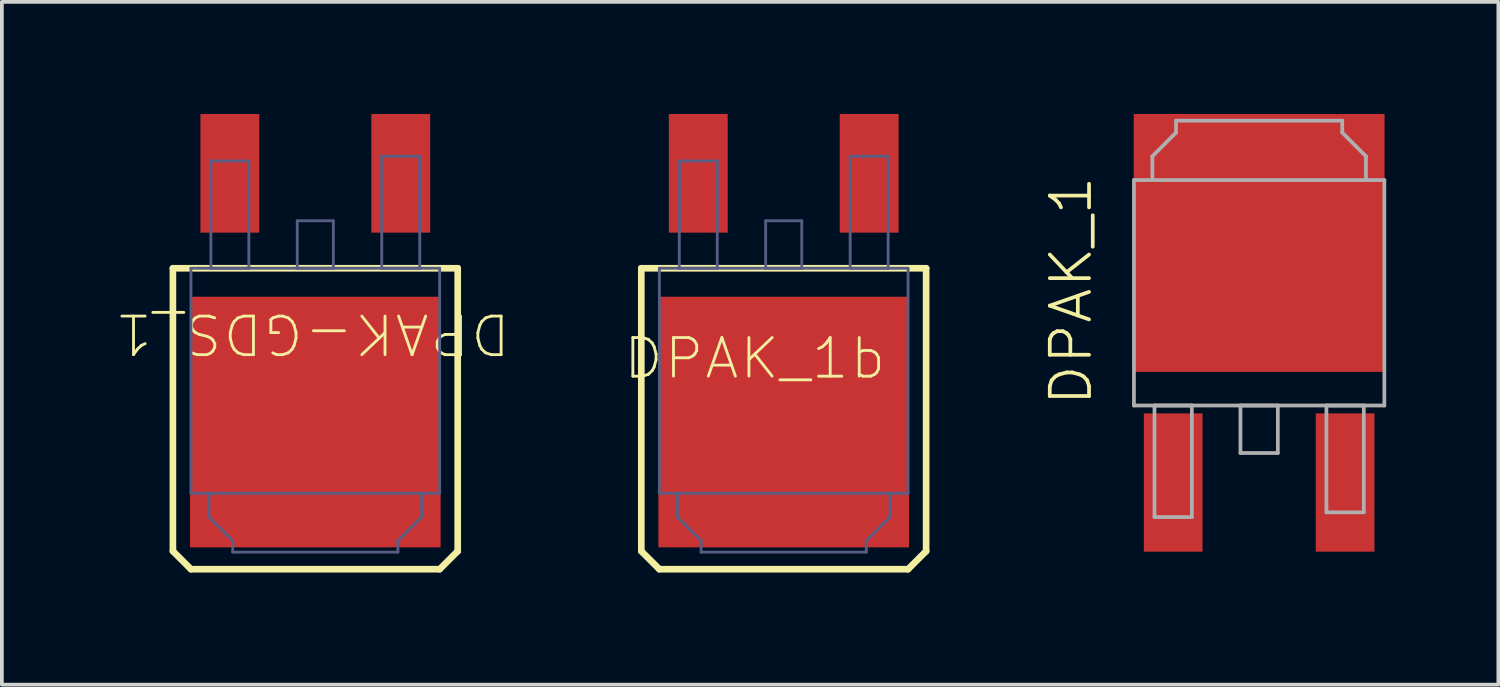
<source format=kicad_pcb>
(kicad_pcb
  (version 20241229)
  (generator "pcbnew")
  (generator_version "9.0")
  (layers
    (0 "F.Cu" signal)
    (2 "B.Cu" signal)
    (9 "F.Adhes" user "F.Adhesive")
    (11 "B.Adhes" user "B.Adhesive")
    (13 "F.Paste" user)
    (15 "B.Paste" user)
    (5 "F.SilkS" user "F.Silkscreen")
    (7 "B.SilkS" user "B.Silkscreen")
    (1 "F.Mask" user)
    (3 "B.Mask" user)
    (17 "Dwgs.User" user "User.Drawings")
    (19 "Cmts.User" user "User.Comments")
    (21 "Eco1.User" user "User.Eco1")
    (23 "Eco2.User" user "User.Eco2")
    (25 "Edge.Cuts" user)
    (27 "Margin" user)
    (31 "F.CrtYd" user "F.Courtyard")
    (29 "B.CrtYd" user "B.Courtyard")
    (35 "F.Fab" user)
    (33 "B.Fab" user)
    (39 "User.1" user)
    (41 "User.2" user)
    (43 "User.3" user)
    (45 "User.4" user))
  (footprint "DPAK-GDS_1"
    (layer "F.Cu")
    (at 5.386 6.464)
    (property "Reference" "DPAK-GDS_1" (at -0.076 -0.584 180) (unlocked yes) (layer "F.SilkS") (effects (font (size 1.033 1.087) (thickness 0.076))))
    (attr smd)
    (fp_line (start -3.81 -2.337) (end -3.81 5.232) (stroke (width 0.178) (type solid)) (layer "F.SilkS"))
    (fp_line (start -3.327 5.715) (end -3.81 5.232) (stroke (width 0.178) (type solid)) (layer "F.SilkS"))
    (fp_line (start 3.327 5.715) (end -3.327 5.715) (stroke (width 0.178) (type solid)) (layer "F.SilkS"))
    (fp_line (start 3.81 -2.337) (end -3.81 -2.337) (stroke (width 0.178) (type solid)) (layer "F.SilkS"))
    (fp_line (start 3.81 -2.337) (end 3.81 5.232) (stroke (width 0.178) (type solid)) (layer "F.SilkS"))
    (fp_line (start 3.81 5.232) (end 3.327 5.715) (stroke (width 0.178) (type solid)) (layer "F.SilkS"))
    (fp_line (start -3.327 -2.337) (end -3.327 3.683) (stroke (width 0.076) (type solid)) (layer "B.Fab"))
    (fp_line (start -2.845 3.683) (end -2.845 4.318) (stroke (width 0.076) (type solid)) (layer "B.Fab"))
    (fp_line (start -2.794 -5.207) (end -2.794 -2.337) (stroke (width 0.076) (type solid)) (layer "B.Fab"))
    (fp_line (start -2.21 4.953) (end -2.845 4.318) (stroke (width 0.076) (type solid)) (layer "B.Fab"))
    (fp_line (start -2.21 4.953) (end -2.21 5.258) (stroke (width 0.076) (type solid)) (layer "B.Fab"))
    (fp_line (start -1.778 -5.207) (end -2.794 -5.207) (stroke (width 0.076) (type solid)) (layer "B.Fab"))
    (fp_line (start -1.778 -5.207) (end -1.778 -2.337) (stroke (width 0.076) (type solid)) (layer "B.Fab"))
    (fp_line (start -1.778 -2.337) (end -2.794 -2.337) (stroke (width 0.076) (type solid)) (layer "B.Fab"))
    (fp_line (start -0.483 -3.607) (end -0.483 -2.337) (stroke (width 0.076) (type solid)) (layer "B.Fab"))
    (fp_line (start 0.483 -3.607) (end -0.483 -3.607) (stroke (width 0.076) (type solid)) (layer "B.Fab"))
    (fp_line (start 0.483 -3.607) (end 0.483 -2.337) (stroke (width 0.076) (type solid)) (layer "B.Fab"))
    (fp_line (start 0.483 -2.337) (end -0.483 -2.337) (stroke (width 0.076) (type solid)) (layer "B.Fab"))
    (fp_line (start 1.778 -5.334) (end 1.778 -2.337) (stroke (width 0.076) (type solid)) (layer "B.Fab"))
    (fp_line (start 2.21 4.953) (end 2.21 5.258) (stroke (width 0.076) (type solid)) (layer "B.Fab"))
    (fp_line (start 2.21 5.258) (end -2.21 5.258) (stroke (width 0.076) (type solid)) (layer "B.Fab"))
    (fp_line (start 2.794 -5.334) (end 1.778 -5.334) (stroke (width 0.076) (type solid)) (layer "B.Fab"))
    (fp_line (start 2.794 -5.334) (end 2.794 -2.337) (stroke (width 0.076) (type solid)) (layer "B.Fab"))
    (fp_line (start 2.794 -2.337) (end 1.778 -2.337) (stroke (width 0.076) (type solid)) (layer "B.Fab"))
    (fp_line (start 2.845 3.683) (end 2.845 4.318) (stroke (width 0.076) (type solid)) (layer "B.Fab"))
    (fp_line (start 2.845 4.318) (end 2.21 4.953) (stroke (width 0.076) (type solid)) (layer "B.Fab"))
    (fp_line (start 3.327 -2.337) (end -3.327 -2.337) (stroke (width 0.076) (type solid)) (layer "B.Fab"))
    (fp_line (start 3.327 -2.337) (end 3.327 3.683) (stroke (width 0.076) (type solid)) (layer "B.Fab"))
    (fp_line (start 3.327 3.683) (end -3.327 3.683) (stroke (width 0.076) (type solid)) (layer "B.Fab"))
    (pad "D" smd rect (at 0 1.778) (size 6.706 6.706) (layers "F.Cu" "F.Mask" "F.Paste"))
    (pad "G" smd rect (at 2.286 -4.877) (size 1.575 3.175) (layers "F.Cu" "F.Mask" "F.Paste"))
    (pad "S" smd rect (at -2.286 -4.877) (size 1.575 3.175) (layers "F.Cu" "F.Mask" "F.Paste")))
  (footprint "DPAK_1b"
    (layer "F.Cu")
    (at 17.918 6.464)
    (property "Reference" "DPAK_1b" (at -0.775 0.076 0) (unlocked yes) (layer "F.SilkS") (effects (font (size 1.033 1.087) (thickness 0.076))))
    (attr smd)
    (fp_line (start -3.81 -2.337) (end -3.81 5.232) (stroke (width 0.178) (type solid)) (layer "F.SilkS"))
    (fp_line (start -3.327 5.715) (end -3.81 5.232) (stroke (width 0.178) (type solid)) (layer "F.SilkS"))
    (fp_line (start 3.327 5.715) (end -3.327 5.715) (stroke (width 0.178) (type solid)) (layer "F.SilkS"))
    (fp_line (start 3.81 -2.337) (end -3.81 -2.337) (stroke (width 0.178) (type solid)) (layer "F.SilkS"))
    (fp_line (start 3.81 -2.337) (end 3.81 5.232) (stroke (width 0.178) (type solid)) (layer "F.SilkS"))
    (fp_line (start 3.81 5.232) (end 3.327 5.715) (stroke (width 0.178) (type solid)) (layer "F.SilkS"))
    (fp_line (start -3.327 -2.337) (end -3.327 3.683) (stroke (width 0.076) (type solid)) (layer "B.Fab"))
    (fp_line (start -2.845 3.683) (end -2.845 4.318) (stroke (width 0.076) (type solid)) (layer "B.Fab"))
    (fp_line (start -2.794 -5.207) (end -2.794 -2.337) (stroke (width 0.076) (type solid)) (layer "B.Fab"))
    (fp_line (start -2.21 4.953) (end -2.845 4.318) (stroke (width 0.076) (type solid)) (layer "B.Fab"))
    (fp_line (start -2.21 4.953) (end -2.21 5.258) (stroke (width 0.076) (type solid)) (layer "B.Fab"))
    (fp_line (start -1.778 -5.207) (end -2.794 -5.207) (stroke (width 0.076) (type solid)) (layer "B.Fab"))
    (fp_line (start -1.778 -5.207) (end -1.778 -2.337) (stroke (width 0.076) (type solid)) (layer "B.Fab"))
    (fp_line (start -1.778 -2.337) (end -2.794 -2.337) (stroke (width 0.076) (type solid)) (layer "B.Fab"))
    (fp_line (start -0.483 -3.607) (end -0.483 -2.337) (stroke (width 0.076) (type solid)) (layer "B.Fab"))
    (fp_line (start 0.483 -3.607) (end -0.483 -3.607) (stroke (width 0.076) (type solid)) (layer "B.Fab"))
    (fp_line (start 0.483 -3.607) (end 0.483 -2.337) (stroke (width 0.076) (type solid)) (layer "B.Fab"))
    (fp_line (start 0.483 -2.337) (end -0.483 -2.337) (stroke (width 0.076) (type solid)) (layer "B.Fab"))
    (fp_line (start 1.778 -5.334) (end 1.778 -2.337) (stroke (width 0.076) (type solid)) (layer "B.Fab"))
    (fp_line (start 2.21 4.953) (end 2.21 5.258) (stroke (width 0.076) (type solid)) (layer "B.Fab"))
    (fp_line (start 2.21 5.258) (end -2.21 5.258) (stroke (width 0.076) (type solid)) (layer "B.Fab"))
    (fp_line (start 2.794 -5.334) (end 1.778 -5.334) (stroke (width 0.076) (type solid)) (layer "B.Fab"))
    (fp_line (start 2.794 -5.334) (end 2.794 -2.337) (stroke (width 0.076) (type solid)) (layer "B.Fab"))
    (fp_line (start 2.794 -2.337) (end 1.778 -2.337) (stroke (width 0.076) (type solid)) (layer "B.Fab"))
    (fp_line (start 2.845 3.683) (end 2.845 4.318) (stroke (width 0.076) (type solid)) (layer "B.Fab"))
    (fp_line (start 2.845 4.318) (end 2.21 4.953) (stroke (width 0.076) (type solid)) (layer "B.Fab"))
    (fp_line (start 3.327 -2.337) (end -3.327 -2.337) (stroke (width 0.076) (type solid)) (layer "B.Fab"))
    (fp_line (start 3.327 -2.337) (end 3.327 3.683) (stroke (width 0.076) (type solid)) (layer "B.Fab"))
    (fp_line (start 3.327 3.683) (end -3.327 3.683) (stroke (width 0.076) (type solid)) (layer "B.Fab"))
    (pad "1" smd rect (at 2.286 -4.877) (size 1.575 3.175) (layers "F.Cu" "F.Mask" "F.Paste"))
    (pad "2" smd rect (at 0 1.778) (size 6.706 6.706) (layers "F.Cu" "F.Mask" "F.Paste"))
    (pad "3" smd rect (at -2.286 -4.877) (size 1.575 3.175) (layers "F.Cu" "F.Mask" "F.Paste")))
  (footprint "DPAK_1"
    (layer "F.Cu")
    (at 30.638 5.45)
    (property "Reference" "DPAK_1" (at -5.032 -0.717 90) (unlocked yes) (layer "F.SilkS") (effects (font (size 1.05 1.104) (thickness 0.1))))
    (attr smd)
    (fp_line (start -3.35 -3.683) (end 3.35 -3.683) (stroke (width 0.1) (type solid)) (layer "F.Fab"))
    (fp_line (start -3.35 2.349) (end -3.35 -3.683) (stroke (width 0.1) (type solid)) (layer "F.Fab"))
    (fp_line (start -3.35 2.349) (end 3.35 2.349) (stroke (width 0.1) (type solid)) (layer "F.Fab"))
    (fp_line (start -2.857 -4.318) (end -2.223 -4.953) (stroke (width 0.1) (type solid)) (layer "F.Fab"))
    (fp_line (start -2.857 -3.683) (end -2.857 -4.318) (stroke (width 0.1) (type solid)) (layer "F.Fab"))
    (fp_line (start -2.8 2.349) (end -1.8 2.349) (stroke (width 0.1) (type solid)) (layer "F.Fab"))
    (fp_line (start -2.8 5.334) (end -2.8 2.349) (stroke (width 0.1) (type solid)) (layer "F.Fab"))
    (fp_line (start -2.8 5.334) (end -1.8 5.334) (stroke (width 0.1) (type solid)) (layer "F.Fab"))
    (fp_line (start -2.223 -5.271) (end 2.223 -5.271) (stroke (width 0.1) (type solid)) (layer "F.Fab"))
    (fp_line (start -2.223 -4.953) (end -2.223 -5.271) (stroke (width 0.1) (type solid)) (layer "F.Fab"))
    (fp_line (start -1.8 5.334) (end -1.8 2.349) (stroke (width 0.1) (type solid)) (layer "F.Fab"))
    (fp_line (start -0.5 2.349) (end 0.5 2.349) (stroke (width 0.1) (type solid)) (layer "F.Fab"))
    (fp_line (start -0.5 3.619) (end -0.5 2.349) (stroke (width 0.1) (type solid)) (layer "F.Fab"))
    (fp_line (start -0.5 3.619) (end 0.5 3.619) (stroke (width 0.1) (type solid)) (layer "F.Fab"))
    (fp_line (start 0.5 3.619) (end 0.5 2.349) (stroke (width 0.1) (type solid)) (layer "F.Fab"))
    (fp_line (start 1.8 2.349) (end 2.8 2.349) (stroke (width 0.1) (type solid)) (layer "F.Fab"))
    (fp_line (start 1.8 5.207) (end 1.8 2.349) (stroke (width 0.1) (type solid)) (layer "F.Fab"))
    (fp_line (start 1.8 5.207) (end 2.8 5.207) (stroke (width 0.1) (type solid)) (layer "F.Fab"))
    (fp_line (start 2.223 -4.953) (end 2.223 -5.271) (stroke (width 0.1) (type solid)) (layer "F.Fab"))
    (fp_line (start 2.223 -4.953) (end 2.857 -4.318) (stroke (width 0.1) (type solid)) (layer "F.Fab"))
    (fp_line (start 2.8 5.207) (end 2.8 2.349) (stroke (width 0.1) (type solid)) (layer "F.Fab"))
    (fp_line (start 2.857 -3.683) (end 2.857 -4.318) (stroke (width 0.1) (type solid)) (layer "F.Fab"))
    (fp_line (start 3.35 2.349) (end 3.35 -3.683) (stroke (width 0.1) (type solid)) (layer "F.Fab"))
    (pad "1" smd rect (at -2.3 4.41) (size 1.57 3.7) (layers "F.Cu" "F.Mask" "F.Paste"))
    (pad "2" smd rect (at 0 -2) (size 6.71 6.9) (layers "F.Cu" "F.Mask" "F.Paste"))
    (pad "3" smd rect (at 2.3 4.41) (size 1.57 3.7) (layers "F.Cu" "F.Mask" "F.Paste")))
  (gr_rect
    (start -3 -3)
    (end 37.038 15.268)
    (stroke (width 0.1) (type default))
    (fill no)
    (layer "Edge.Cuts")))
</source>
